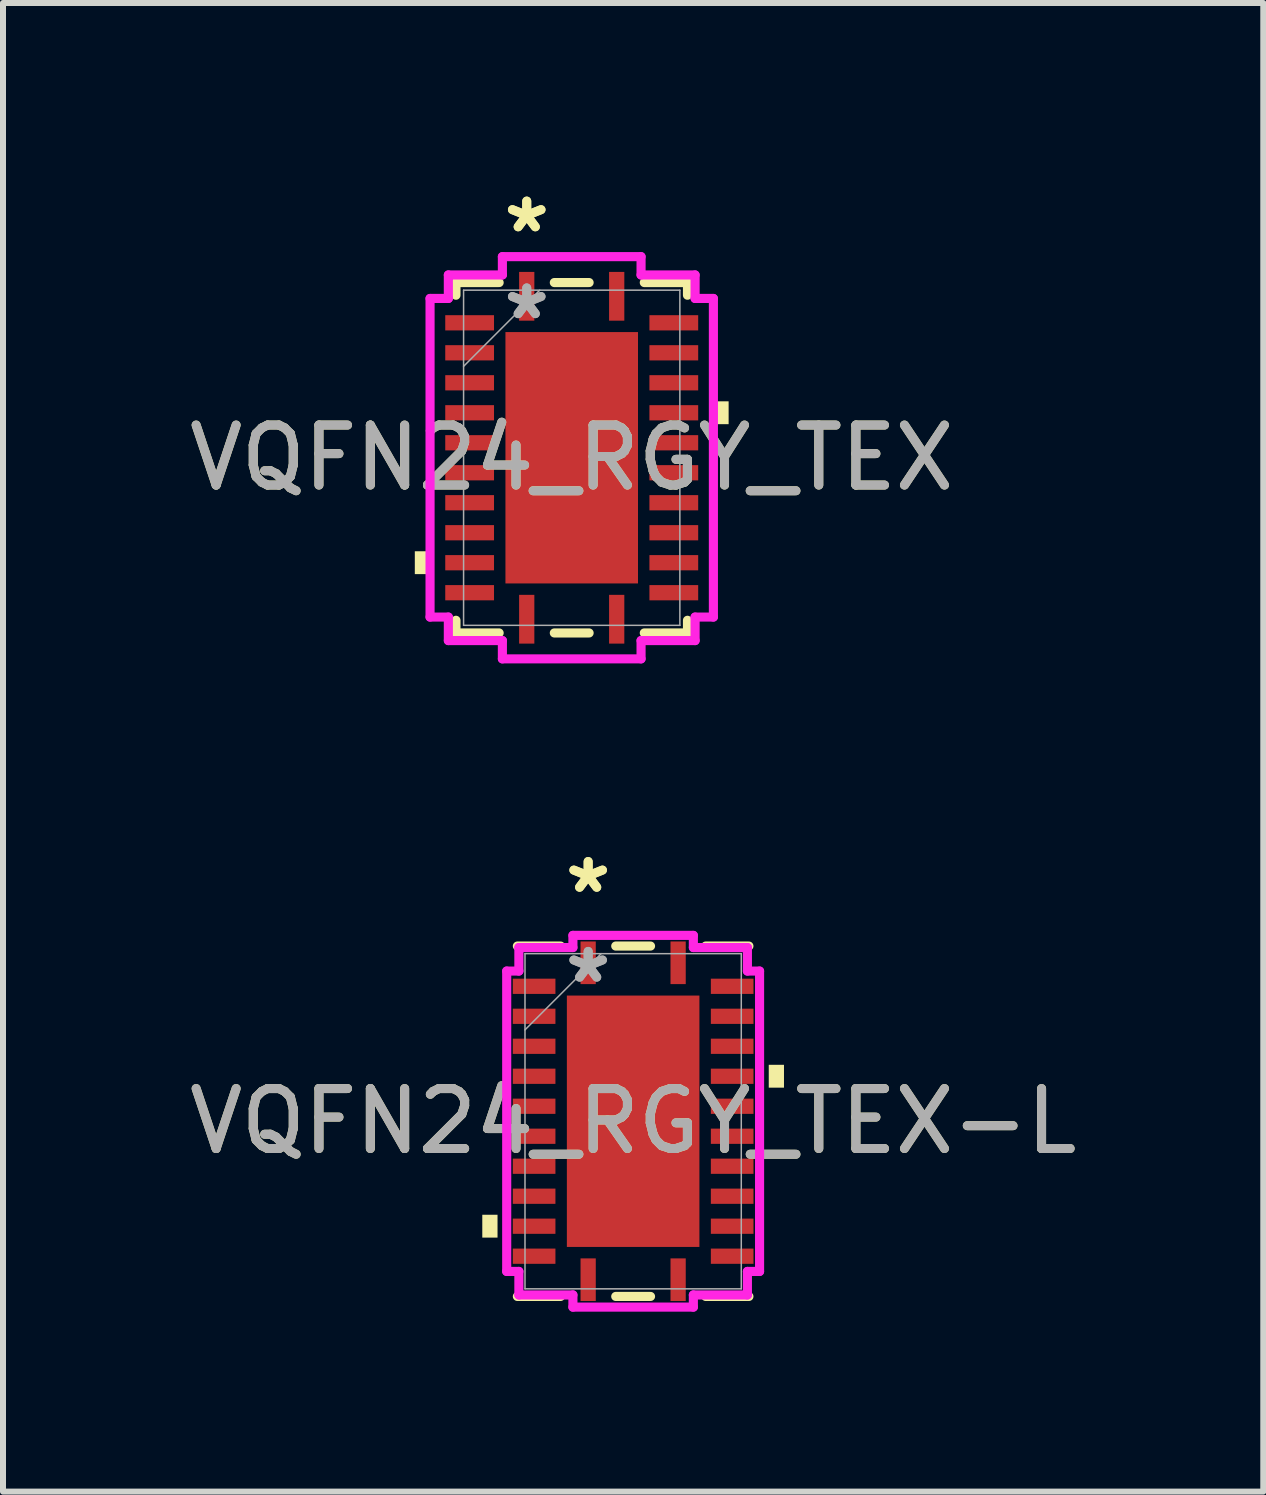
<source format=kicad_pcb>
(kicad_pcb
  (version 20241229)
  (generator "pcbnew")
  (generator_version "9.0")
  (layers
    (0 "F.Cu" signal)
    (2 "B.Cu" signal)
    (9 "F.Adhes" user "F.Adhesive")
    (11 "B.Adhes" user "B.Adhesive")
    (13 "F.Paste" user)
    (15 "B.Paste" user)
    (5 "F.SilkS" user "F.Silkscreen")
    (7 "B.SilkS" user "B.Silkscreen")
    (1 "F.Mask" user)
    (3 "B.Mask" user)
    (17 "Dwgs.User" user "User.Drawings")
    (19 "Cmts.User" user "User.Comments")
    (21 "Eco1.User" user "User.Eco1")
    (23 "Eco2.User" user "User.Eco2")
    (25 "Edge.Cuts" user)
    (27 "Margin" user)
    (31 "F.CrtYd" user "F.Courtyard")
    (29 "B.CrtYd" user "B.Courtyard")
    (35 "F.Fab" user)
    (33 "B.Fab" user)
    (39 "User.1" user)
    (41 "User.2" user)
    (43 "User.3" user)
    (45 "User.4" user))
  (footprint "VQFN24_RGY_TEX"
    (layer "F.Cu")
    (at 6.482 4.582)
    (property "Reference" "VQFN24_RGY_TEX" (at 0 0 0) (unlocked yes) (layer "F.SilkS") (effects (font (size 1 1) (thickness 0.15))))
    (attr smd)
    (fp_line (start -1.93 -2.921) (end -1.93 -2.71) (stroke (width 0.152) (type solid)) (layer "F.SilkS"))
    (fp_line (start -1.93 2.71) (end -1.93 2.921) (stroke (width 0.152) (type solid)) (layer "F.SilkS"))
    (fp_line (start -1.93 2.921) (end -1.21 2.921) (stroke (width 0.152) (type solid)) (layer "F.SilkS"))
    (fp_line (start -1.21 -2.921) (end -1.93 -2.921) (stroke (width 0.152) (type solid)) (layer "F.SilkS"))
    (fp_line (start -0.29 2.921) (end 0.29 2.921) (stroke (width 0.152) (type solid)) (layer "F.SilkS"))
    (fp_line (start 0.29 -2.921) (end -0.29 -2.921) (stroke (width 0.152) (type solid)) (layer "F.SilkS"))
    (fp_line (start 1.21 2.921) (end 1.93 2.921) (stroke (width 0.152) (type solid)) (layer "F.SilkS"))
    (fp_line (start 1.93 -2.921) (end 1.21 -2.921) (stroke (width 0.152) (type solid)) (layer "F.SilkS"))
    (fp_line (start 1.93 -2.71) (end 1.93 -2.921) (stroke (width 0.152) (type solid)) (layer "F.SilkS"))
    (fp_line (start 1.93 2.921) (end 1.93 2.71) (stroke (width 0.152) (type solid)) (layer "F.SilkS"))
    (fp_poly (pts (xy -2.616 1.559) (xy -2.616 1.94) (xy -2.362 1.94) (xy -2.362 1.559)) (stroke (width 0) (type solid)) (fill yes) (layer "F.SilkS"))
    (fp_poly (pts (xy 2.616 -0.941) (xy 2.616 -0.56) (xy 2.362 -0.56) (xy 2.362 -0.941)) (stroke (width 0) (type solid)) (fill yes) (layer "F.SilkS"))
    (fp_poly (pts (xy -1.005 -1.996) (xy -1.005 -0.798) (xy 1.005 -0.798) (xy 1.005 -1.996)) (stroke (width 0) (type solid)) (fill yes) (layer "F.Paste"))
    (fp_poly (pts (xy -1.005 -0.599) (xy -1.005 0.599) (xy 1.005 0.599) (xy 1.005 -0.599)) (stroke (width 0) (type solid)) (fill yes) (layer "F.Paste"))
    (fp_poly (pts (xy -1.005 0.798) (xy -1.005 1.996) (xy 1.005 1.996) (xy 1.005 0.798)) (stroke (width 0) (type solid)) (fill yes) (layer "F.Paste"))
    (fp_line (start -2.362 -2.656) (end -2.057 -2.656) (stroke (width 0.152) (type solid)) (layer "F.CrtYd"))
    (fp_line (start -2.362 2.656) (end -2.362 -2.656) (stroke (width 0.152) (type solid)) (layer "F.CrtYd"))
    (fp_line (start -2.057 -3.048) (end -1.156 -3.048) (stroke (width 0.152) (type solid)) (layer "F.CrtYd"))
    (fp_line (start -2.057 -2.656) (end -2.057 -3.048) (stroke (width 0.152) (type solid)) (layer "F.CrtYd"))
    (fp_line (start -2.057 2.656) (end -2.362 2.656) (stroke (width 0.152) (type solid)) (layer "F.CrtYd"))
    (fp_line (start -2.057 3.048) (end -2.057 2.656) (stroke (width 0.152) (type solid)) (layer "F.CrtYd"))
    (fp_line (start -2.057 3.048) (end -1.156 3.048) (stroke (width 0.152) (type solid)) (layer "F.CrtYd"))
    (fp_line (start -1.156 -3.353) (end 1.156 -3.353) (stroke (width 0.152) (type solid)) (layer "F.CrtYd"))
    (fp_line (start -1.156 -3.048) (end -1.156 -3.353) (stroke (width 0.152) (type solid)) (layer "F.CrtYd"))
    (fp_line (start -1.156 3.048) (end -1.156 3.353) (stroke (width 0.152) (type solid)) (layer "F.CrtYd"))
    (fp_line (start -1.156 3.353) (end 1.156 3.353) (stroke (width 0.152) (type solid)) (layer "F.CrtYd"))
    (fp_line (start 1.156 -3.353) (end 1.156 -3.048) (stroke (width 0.152) (type solid)) (layer "F.CrtYd"))
    (fp_line (start 1.156 -3.048) (end 2.057 -3.048) (stroke (width 0.152) (type solid)) (layer "F.CrtYd"))
    (fp_line (start 1.156 3.048) (end 2.057 3.048) (stroke (width 0.152) (type solid)) (layer "F.CrtYd"))
    (fp_line (start 1.156 3.353) (end 1.156 3.048) (stroke (width 0.152) (type solid)) (layer "F.CrtYd"))
    (fp_line (start 2.057 -2.656) (end 2.057 -3.048) (stroke (width 0.152) (type solid)) (layer "F.CrtYd"))
    (fp_line (start 2.057 2.656) (end 2.362 2.656) (stroke (width 0.152) (type solid)) (layer "F.CrtYd"))
    (fp_line (start 2.057 3.048) (end 2.057 2.656) (stroke (width 0.152) (type solid)) (layer "F.CrtYd"))
    (fp_line (start 2.362 -2.656) (end 2.057 -2.656) (stroke (width 0.152) (type solid)) (layer "F.CrtYd"))
    (fp_line (start 2.362 2.656) (end 2.362 -2.656) (stroke (width 0.152) (type solid)) (layer "F.CrtYd"))
    (fp_line (start -1.803 -2.794) (end -1.803 2.794) (stroke (width 0.025) (type solid)) (layer "F.Fab"))
    (fp_line (start -1.803 -1.524) (end -0.533 -2.794) (stroke (width 0.025) (type solid)) (layer "F.Fab"))
    (fp_line (start -1.803 2.794) (end 1.803 2.794) (stroke (width 0.025) (type solid)) (layer "F.Fab"))
    (fp_line (start 1.803 -2.794) (end -1.803 -2.794) (stroke (width 0.025) (type solid)) (layer "F.Fab"))
    (fp_line (start 1.803 2.794) (end 1.803 -2.794) (stroke (width 0.025) (type solid)) (layer "F.Fab"))
    (fp_text user "*" (at -0.75 -3.734 0) (unlocked yes) (layer "F.SilkS") (effects (font (size 1 1) (thickness 0.15))))
    (fp_text user "*" (at -0.75 -3.734 0) (layer "F.SilkS") (effects (font (size 1 1) (thickness 0.15))))
    (fp_text user "*" (at -0.75 -2.286 0) (layer "F.Fab") (effects (font (size 1 1) (thickness 0.15))))
    (fp_text user "${REFERENCE}" (at 0 0 0) (unlocked yes) (layer "F.Fab") (effects (font (size 1 1) (thickness 0.15))))
    (fp_text user "*" (at -0.75 -2.286 0) (unlocked yes) (layer "F.Fab") (effects (font (size 1 1) (thickness 0.15))))
    (pad "1" smd rect (at -0.75 -2.692) (size 0.254 0.813) (layers "F.Cu" "F.Mask" "F.Paste"))
    (pad "2" smd rect (at -1.702 -2.25 90) (size 0.254 0.813) (layers "F.Cu" "F.Mask" "F.Paste"))
    (pad "3" smd rect (at -1.702 -1.75 90) (size 0.254 0.813) (layers "F.Cu" "F.Mask" "F.Paste"))
    (pad "4" smd rect (at -1.702 -1.25 90) (size 0.254 0.813) (layers "F.Cu" "F.Mask" "F.Paste"))
    (pad "5" smd rect (at -1.702 -0.75 90) (size 0.254 0.813) (layers "F.Cu" "F.Mask" "F.Paste"))
    (pad "6" smd rect (at -1.702 -0.25 90) (size 0.254 0.813) (layers "F.Cu" "F.Mask" "F.Paste"))
    (pad "7" smd rect (at -1.702 0.25 90) (size 0.254 0.813) (layers "F.Cu" "F.Mask" "F.Paste"))
    (pad "8" smd rect (at -1.702 0.75 90) (size 0.254 0.813) (layers "F.Cu" "F.Mask" "F.Paste"))
    (pad "9" smd rect (at -1.702 1.25 90) (size 0.254 0.813) (layers "F.Cu" "F.Mask" "F.Paste"))
    (pad "10" smd rect (at -1.702 1.75 90) (size 0.254 0.813) (layers "F.Cu" "F.Mask" "F.Paste"))
    (pad "11" smd rect (at -1.702 2.25 90) (size 0.254 0.813) (layers "F.Cu" "F.Mask" "F.Paste"))
    (pad "12" smd rect (at -0.75 2.692) (size 0.254 0.813) (layers "F.Cu" "F.Mask" "F.Paste"))
    (pad "13" smd rect (at 0.75 2.692) (size 0.254 0.813) (layers "F.Cu" "F.Mask" "F.Paste"))
    (pad "14" smd rect (at 1.702 2.25 90) (size 0.254 0.813) (layers "F.Cu" "F.Mask" "F.Paste"))
    (pad "15" smd rect (at 1.702 1.75 90) (size 0.254 0.813) (layers "F.Cu" "F.Mask" "F.Paste"))
    (pad "16" smd rect (at 1.702 1.25 90) (size 0.254 0.813) (layers "F.Cu" "F.Mask" "F.Paste"))
    (pad "17" smd rect (at 1.702 0.75 90) (size 0.254 0.813) (layers "F.Cu" "F.Mask" "F.Paste"))
    (pad "18" smd rect (at 1.702 0.25 90) (size 0.254 0.813) (layers "F.Cu" "F.Mask" "F.Paste"))
    (pad "19" smd rect (at 1.702 -0.25 90) (size 0.254 0.813) (layers "F.Cu" "F.Mask" "F.Paste"))
    (pad "20" smd rect (at 1.702 -0.75 90) (size 0.254 0.813) (layers "F.Cu" "F.Mask" "F.Paste"))
    (pad "21" smd rect (at 1.702 -1.25 90) (size 0.254 0.813) (layers "F.Cu" "F.Mask" "F.Paste"))
    (pad "22" smd rect (at 1.702 -1.75 90) (size 0.254 0.813) (layers "F.Cu" "F.Mask" "F.Paste"))
    (pad "23" smd rect (at 1.702 -2.25 90) (size 0.254 0.813) (layers "F.Cu" "F.Mask" "F.Paste"))
    (pad "24" smd rect (at 0.75 -2.692) (size 0.254 0.813) (layers "F.Cu" "F.Mask" "F.Paste"))
    (pad "25" smd rect (at 0 0) (size 2.21 4.191) (layers "F.Cu" "F.Mask" "F.Paste")))
  (footprint "VQFN24_RGY_TEX-L"
    (layer "F.Cu")
    (at 7.506 15.644)
    (property "Reference" "VQFN24_RGY_TEX-L" (at 0 0 0) (unlocked yes) (layer "F.SilkS") (effects (font (size 1 1) (thickness 0.15))))
    (attr smd)
    (fp_line (start -1.93 2.921) (end -1.21 2.921) (stroke (width 0.152) (type solid)) (layer "F.SilkS"))
    (fp_line (start -1.21 -2.921) (end -1.93 -2.921) (stroke (width 0.152) (type solid)) (layer "F.SilkS"))
    (fp_line (start -0.29 2.921) (end 0.29 2.921) (stroke (width 0.152) (type solid)) (layer "F.SilkS"))
    (fp_line (start 0.29 -2.921) (end -0.29 -2.921) (stroke (width 0.152) (type solid)) (layer "F.SilkS"))
    (fp_line (start 1.21 2.921) (end 1.93 2.921) (stroke (width 0.152) (type solid)) (layer "F.SilkS"))
    (fp_line (start 1.93 -2.921) (end 1.21 -2.921) (stroke (width 0.152) (type solid)) (layer "F.SilkS"))
    (fp_poly (pts (xy -2.515 1.559) (xy -2.515 1.94) (xy -2.261 1.94) (xy -2.261 1.559)) (stroke (width 0) (type solid)) (fill yes) (layer "F.SilkS"))
    (fp_poly (pts (xy 2.515 -0.941) (xy 2.515 -0.56) (xy 2.261 -0.56) (xy 2.261 -0.941)) (stroke (width 0) (type solid)) (fill yes) (layer "F.SilkS"))
    (fp_poly (pts (xy -1.005 -1.996) (xy -1.005 -0.798) (xy 1.005 -0.798) (xy 1.005 -1.996)) (stroke (width 0) (type solid)) (fill yes) (layer "F.Paste"))
    (fp_poly (pts (xy -1.005 -0.599) (xy -1.005 0.599) (xy 1.005 0.599) (xy 1.005 -0.599)) (stroke (width 0) (type solid)) (fill yes) (layer "F.Paste"))
    (fp_poly (pts (xy -1.005 0.798) (xy -1.005 1.996) (xy 1.005 1.996) (xy 1.005 0.798)) (stroke (width 0) (type solid)) (fill yes) (layer "F.Paste"))
    (fp_line (start -2.108 -2.504) (end -1.905 -2.504) (stroke (width 0.152) (type solid)) (layer "F.CrtYd"))
    (fp_line (start -2.108 2.504) (end -2.108 -2.504) (stroke (width 0.152) (type solid)) (layer "F.CrtYd"))
    (fp_line (start -1.905 -2.896) (end -1.004 -2.896) (stroke (width 0.152) (type solid)) (layer "F.CrtYd"))
    (fp_line (start -1.905 -2.504) (end -1.905 -2.896) (stroke (width 0.152) (type solid)) (layer "F.CrtYd"))
    (fp_line (start -1.905 2.504) (end -2.108 2.504) (stroke (width 0.152) (type solid)) (layer "F.CrtYd"))
    (fp_line (start -1.905 2.896) (end -1.905 2.504) (stroke (width 0.152) (type solid)) (layer "F.CrtYd"))
    (fp_line (start -1.905 2.896) (end -1.004 2.896) (stroke (width 0.152) (type solid)) (layer "F.CrtYd"))
    (fp_line (start -1.004 -3.099) (end 1.004 -3.099) (stroke (width 0.152) (type solid)) (layer "F.CrtYd"))
    (fp_line (start -1.004 -2.896) (end -1.004 -3.099) (stroke (width 0.152) (type solid)) (layer "F.CrtYd"))
    (fp_line (start -1.004 2.896) (end -1.004 3.099) (stroke (width 0.152) (type solid)) (layer "F.CrtYd"))
    (fp_line (start -1.004 3.099) (end 1.004 3.099) (stroke (width 0.152) (type solid)) (layer "F.CrtYd"))
    (fp_line (start 1.004 -3.099) (end 1.004 -2.896) (stroke (width 0.152) (type solid)) (layer "F.CrtYd"))
    (fp_line (start 1.004 -2.896) (end 1.905 -2.896) (stroke (width 0.152) (type solid)) (layer "F.CrtYd"))
    (fp_line (start 1.004 2.896) (end 1.905 2.896) (stroke (width 0.152) (type solid)) (layer "F.CrtYd"))
    (fp_line (start 1.004 3.099) (end 1.004 2.896) (stroke (width 0.152) (type solid)) (layer "F.CrtYd"))
    (fp_line (start 1.905 -2.504) (end 1.905 -2.896) (stroke (width 0.152) (type solid)) (layer "F.CrtYd"))
    (fp_line (start 1.905 2.504) (end 2.108 2.504) (stroke (width 0.152) (type solid)) (layer "F.CrtYd"))
    (fp_line (start 1.905 2.896) (end 1.905 2.504) (stroke (width 0.152) (type solid)) (layer "F.CrtYd"))
    (fp_line (start 2.108 -2.504) (end 1.905 -2.504) (stroke (width 0.152) (type solid)) (layer "F.CrtYd"))
    (fp_line (start 2.108 2.504) (end 2.108 -2.504) (stroke (width 0.152) (type solid)) (layer "F.CrtYd"))
    (fp_line (start -1.803 -2.794) (end -1.803 2.794) (stroke (width 0.025) (type solid)) (layer "F.Fab"))
    (fp_line (start -1.803 -1.524) (end -0.533 -2.794) (stroke (width 0.025) (type solid)) (layer "F.Fab"))
    (fp_line (start -1.803 2.794) (end 1.803 2.794) (stroke (width 0.025) (type solid)) (layer "F.Fab"))
    (fp_line (start 1.803 -2.794) (end -1.803 -2.794) (stroke (width 0.025) (type solid)) (layer "F.Fab"))
    (fp_line (start 1.803 2.794) (end 1.803 -2.794) (stroke (width 0.025) (type solid)) (layer "F.Fab"))
    (fp_text user "*" (at -0.75 -3.785 0) (layer "F.SilkS") (effects (font (size 1 1) (thickness 0.15))))
    (fp_text user "*" (at -0.75 -3.785 0) (unlocked yes) (layer "F.SilkS") (effects (font (size 1 1) (thickness 0.15))))
    (fp_text user "${REFERENCE}" (at 0 0 0) (unlocked yes) (layer "F.Fab") (effects (font (size 1 1) (thickness 0.15))))
    (fp_text user "*" (at -0.75 -2.286 0) (unlocked yes) (layer "F.Fab") (effects (font (size 1 1) (thickness 0.15))))
    (fp_text user "*" (at -0.75 -2.286 0) (layer "F.Fab") (effects (font (size 1 1) (thickness 0.15))))
    (pad "1" smd rect (at -0.75 -2.642) (size 0.254 0.711) (layers "F.Cu" "F.Mask" "F.Paste"))
    (pad "2" smd rect (at -1.651 -2.25 90) (size 0.254 0.711) (layers "F.Cu" "F.Mask" "F.Paste"))
    (pad "3" smd rect (at -1.651 -1.75 90) (size 0.254 0.711) (layers "F.Cu" "F.Mask" "F.Paste"))
    (pad "4" smd rect (at -1.651 -1.25 90) (size 0.254 0.711) (layers "F.Cu" "F.Mask" "F.Paste"))
    (pad "5" smd rect (at -1.651 -0.75 90) (size 0.254 0.711) (layers "F.Cu" "F.Mask" "F.Paste"))
    (pad "6" smd rect (at -1.651 -0.25 90) (size 0.254 0.711) (layers "F.Cu" "F.Mask" "F.Paste"))
    (pad "7" smd rect (at -1.651 0.25 90) (size 0.254 0.711) (layers "F.Cu" "F.Mask" "F.Paste"))
    (pad "8" smd rect (at -1.651 0.75 90) (size 0.254 0.711) (layers "F.Cu" "F.Mask" "F.Paste"))
    (pad "9" smd rect (at -1.651 1.25 90) (size 0.254 0.711) (layers "F.Cu" "F.Mask" "F.Paste"))
    (pad "10" smd rect (at -1.651 1.75 90) (size 0.254 0.711) (layers "F.Cu" "F.Mask" "F.Paste"))
    (pad "11" smd rect (at -1.651 2.25 90) (size 0.254 0.711) (layers "F.Cu" "F.Mask" "F.Paste"))
    (pad "12" smd rect (at -0.75 2.642) (size 0.254 0.711) (layers "F.Cu" "F.Mask" "F.Paste"))
    (pad "13" smd rect (at 0.75 2.642) (size 0.254 0.711) (layers "F.Cu" "F.Mask" "F.Paste"))
    (pad "14" smd rect (at 1.651 2.25 90) (size 0.254 0.711) (layers "F.Cu" "F.Mask" "F.Paste"))
    (pad "15" smd rect (at 1.651 1.75 90) (size 0.254 0.711) (layers "F.Cu" "F.Mask" "F.Paste"))
    (pad "16" smd rect (at 1.651 1.25 90) (size 0.254 0.711) (layers "F.Cu" "F.Mask" "F.Paste"))
    (pad "17" smd rect (at 1.651 0.75 90) (size 0.254 0.711) (layers "F.Cu" "F.Mask" "F.Paste"))
    (pad "18" smd rect (at 1.651 0.25 90) (size 0.254 0.711) (layers "F.Cu" "F.Mask" "F.Paste"))
    (pad "19" smd rect (at 1.651 -0.25 90) (size 0.254 0.711) (layers "F.Cu" "F.Mask" "F.Paste"))
    (pad "20" smd rect (at 1.651 -0.75 90) (size 0.254 0.711) (layers "F.Cu" "F.Mask" "F.Paste"))
    (pad "21" smd rect (at 1.651 -1.25 90) (size 0.254 0.711) (layers "F.Cu" "F.Mask" "F.Paste"))
    (pad "22" smd rect (at 1.651 -1.75 90) (size 0.254 0.711) (layers "F.Cu" "F.Mask" "F.Paste"))
    (pad "23" smd rect (at 1.651 -2.25 90) (size 0.254 0.711) (layers "F.Cu" "F.Mask" "F.Paste"))
    (pad "24" smd rect (at 0.75 -2.642) (size 0.254 0.711) (layers "F.Cu" "F.Mask" "F.Paste"))
    (pad "25" smd rect (at 0 0) (size 2.21 4.191) (layers "F.Cu" "F.Mask" "F.Paste")))
  (gr_rect
    (start -3 -3)
    (end 18.012 21.819)
    (stroke (width 0.1) (type default))
    (fill no)
    (layer "Edge.Cuts")))
</source>
